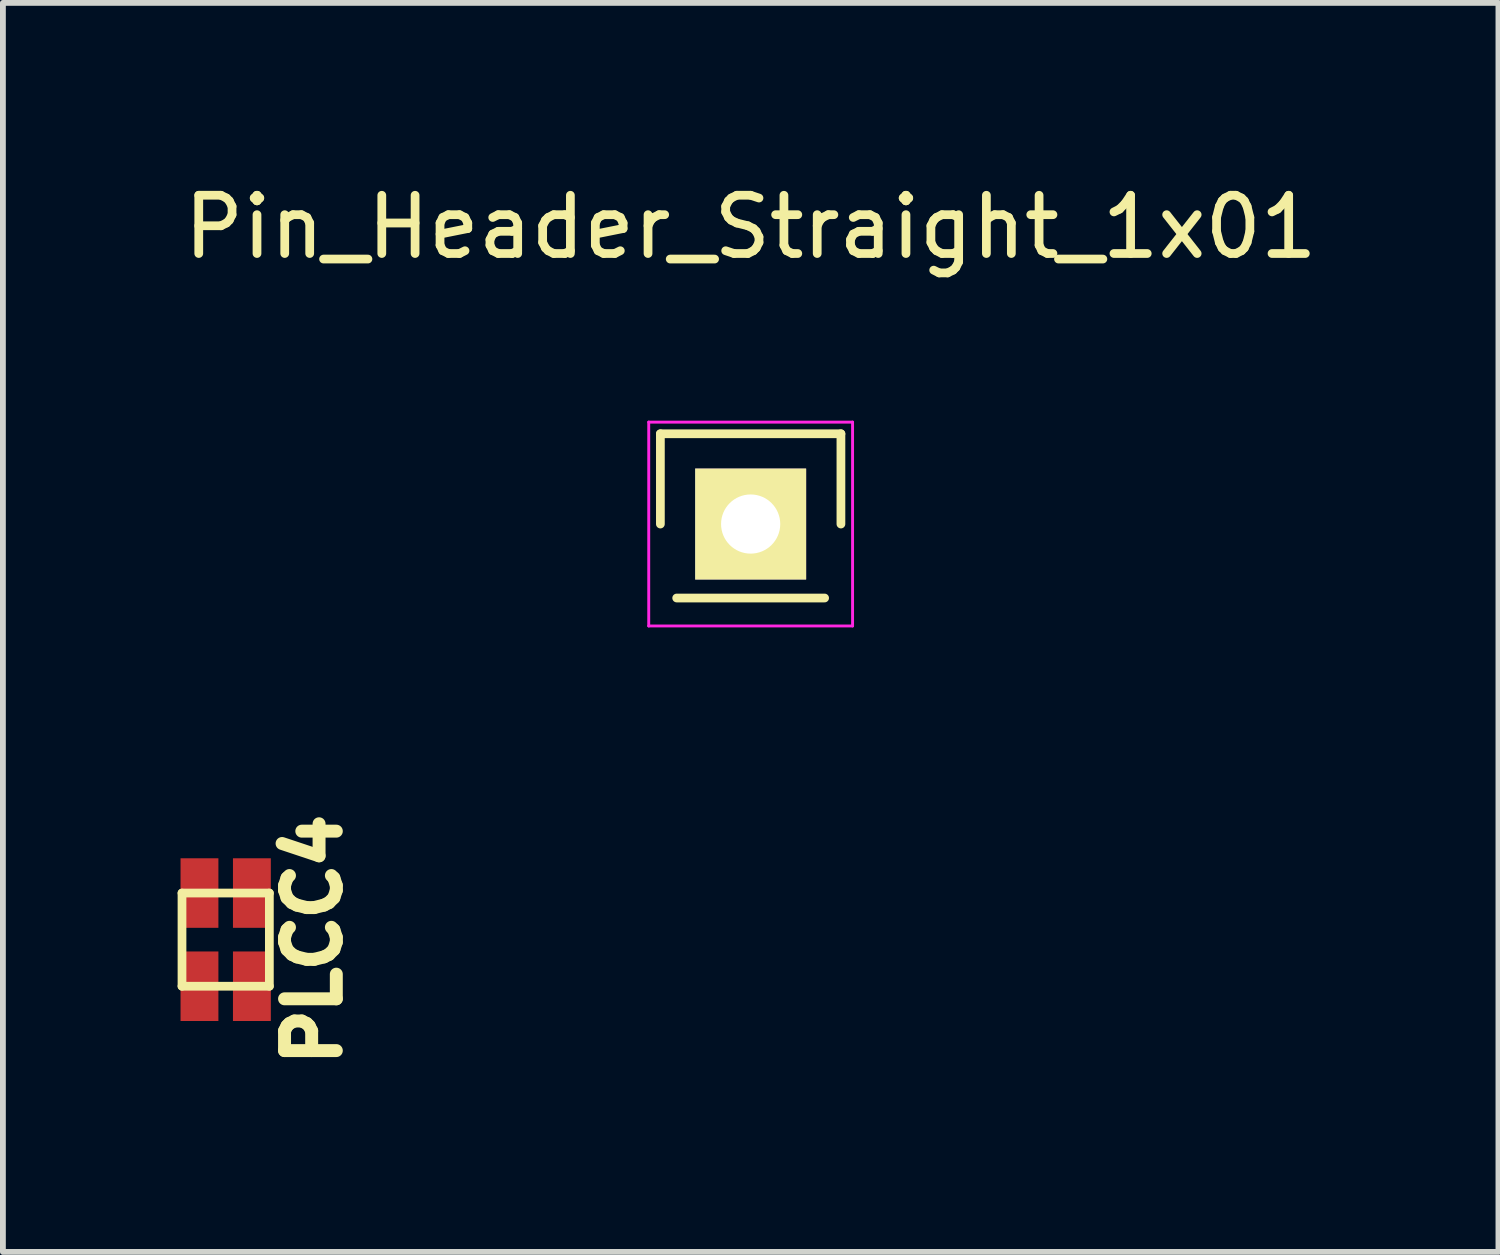
<source format=kicad_pcb>
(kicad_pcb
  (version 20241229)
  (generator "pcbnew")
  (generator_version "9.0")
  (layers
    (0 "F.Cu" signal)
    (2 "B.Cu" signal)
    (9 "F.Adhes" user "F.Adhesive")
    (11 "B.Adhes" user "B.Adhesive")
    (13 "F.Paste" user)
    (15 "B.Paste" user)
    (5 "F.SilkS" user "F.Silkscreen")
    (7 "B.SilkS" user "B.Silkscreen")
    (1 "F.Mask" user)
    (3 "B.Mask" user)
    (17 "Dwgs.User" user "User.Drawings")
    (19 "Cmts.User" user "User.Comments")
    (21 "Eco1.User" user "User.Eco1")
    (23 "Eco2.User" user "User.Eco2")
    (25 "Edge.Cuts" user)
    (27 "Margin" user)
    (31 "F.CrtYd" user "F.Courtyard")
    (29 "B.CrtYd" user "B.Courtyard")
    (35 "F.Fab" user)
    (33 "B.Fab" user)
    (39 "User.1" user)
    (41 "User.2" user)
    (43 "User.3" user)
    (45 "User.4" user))
  (footprint "PLCC4"
    (layer "F.Cu")
    (at 0.825 13.084)
    (property "Reference" "PLCC4" (at 1.5 0 270) (layer "F.SilkS") (effects (font (size 0.889 0.889) (thickness 0.305))))
    (attr through_hole)
    (fp_line (start -0.75 -0.8) (end 0.75 -0.8) (stroke (width 0.15) (type solid)) (layer "F.SilkS"))
    (fp_line (start -0.75 0.8) (end -0.75 -0.8) (stroke (width 0.15) (type solid)) (layer "F.SilkS"))
    (fp_line (start 0.75 -0.8) (end 0.75 0.8) (stroke (width 0.15) (type solid)) (layer "F.SilkS"))
    (fp_line (start 0.75 0.8) (end -0.75 0.8) (stroke (width 0.15) (type solid)) (layer "F.SilkS"))
    (pad "1" smd rect (at -0.45 0.8) (size 0.65 1.194) (layers "F.Cu" "F.Mask" "F.Paste"))
    (pad "2" smd rect (at 0.45 0.8) (size 0.65 1.194) (layers "F.Cu" "F.Mask" "F.Paste"))
    (pad "3" smd rect (at 0.45 -0.8 180) (size 0.65 1.194) (layers "F.Cu" "F.Mask" "F.Paste"))
    (pad "4" smd rect (at -0.45 -0.8 180) (size 0.65 1.194) (layers "F.Cu" "F.Mask" "F.Paste")))
  (footprint "Pin_Header_Straight_1x01"
    (layer "F.Cu")
    (at 9.839 5.948)
    (property "Reference" "Pin_Header_Straight_1x01" (at 0 -5.1 0) (layer "F.SilkS") (effects (font (size 1 1) (thickness 0.15))))
    (attr through_hole)
    (fp_line (start -1.55 -1.55) (end 1.55 -1.55) (stroke (width 0.15) (type solid)) (layer "F.SilkS"))
    (fp_line (start -1.55 0) (end -1.55 -1.55) (stroke (width 0.15) (type solid)) (layer "F.SilkS"))
    (fp_line (start -1.27 1.27) (end 1.27 1.27) (stroke (width 0.15) (type solid)) (layer "F.SilkS"))
    (fp_line (start 1.55 -1.55) (end 1.55 0) (stroke (width 0.15) (type solid)) (layer "F.SilkS"))
    (fp_line (start -1.75 -1.75) (end -1.75 1.75) (stroke (width 0.05) (type solid)) (layer "F.CrtYd"))
    (fp_line (start -1.75 -1.75) (end 1.75 -1.75) (stroke (width 0.05) (type solid)) (layer "F.CrtYd"))
    (fp_line (start -1.75 1.75) (end 1.75 1.75) (stroke (width 0.05) (type solid)) (layer "F.CrtYd"))
    (fp_line (start 1.75 -1.75) (end 1.75 1.75) (stroke (width 0.05) (type solid)) (layer "F.CrtYd"))
    (pad "1" thru_hole rect (at 0 0) (size 1.905 1.905) (drill 1.016) (layers "*.Cu" "*.Mask" "F.SilkS")))
  (gr_rect
    (start -3 -3)
    (end 22.679 18.446)
    (stroke (width 0.1) (type default))
    (fill no)
    (layer "Edge.Cuts")))
</source>
